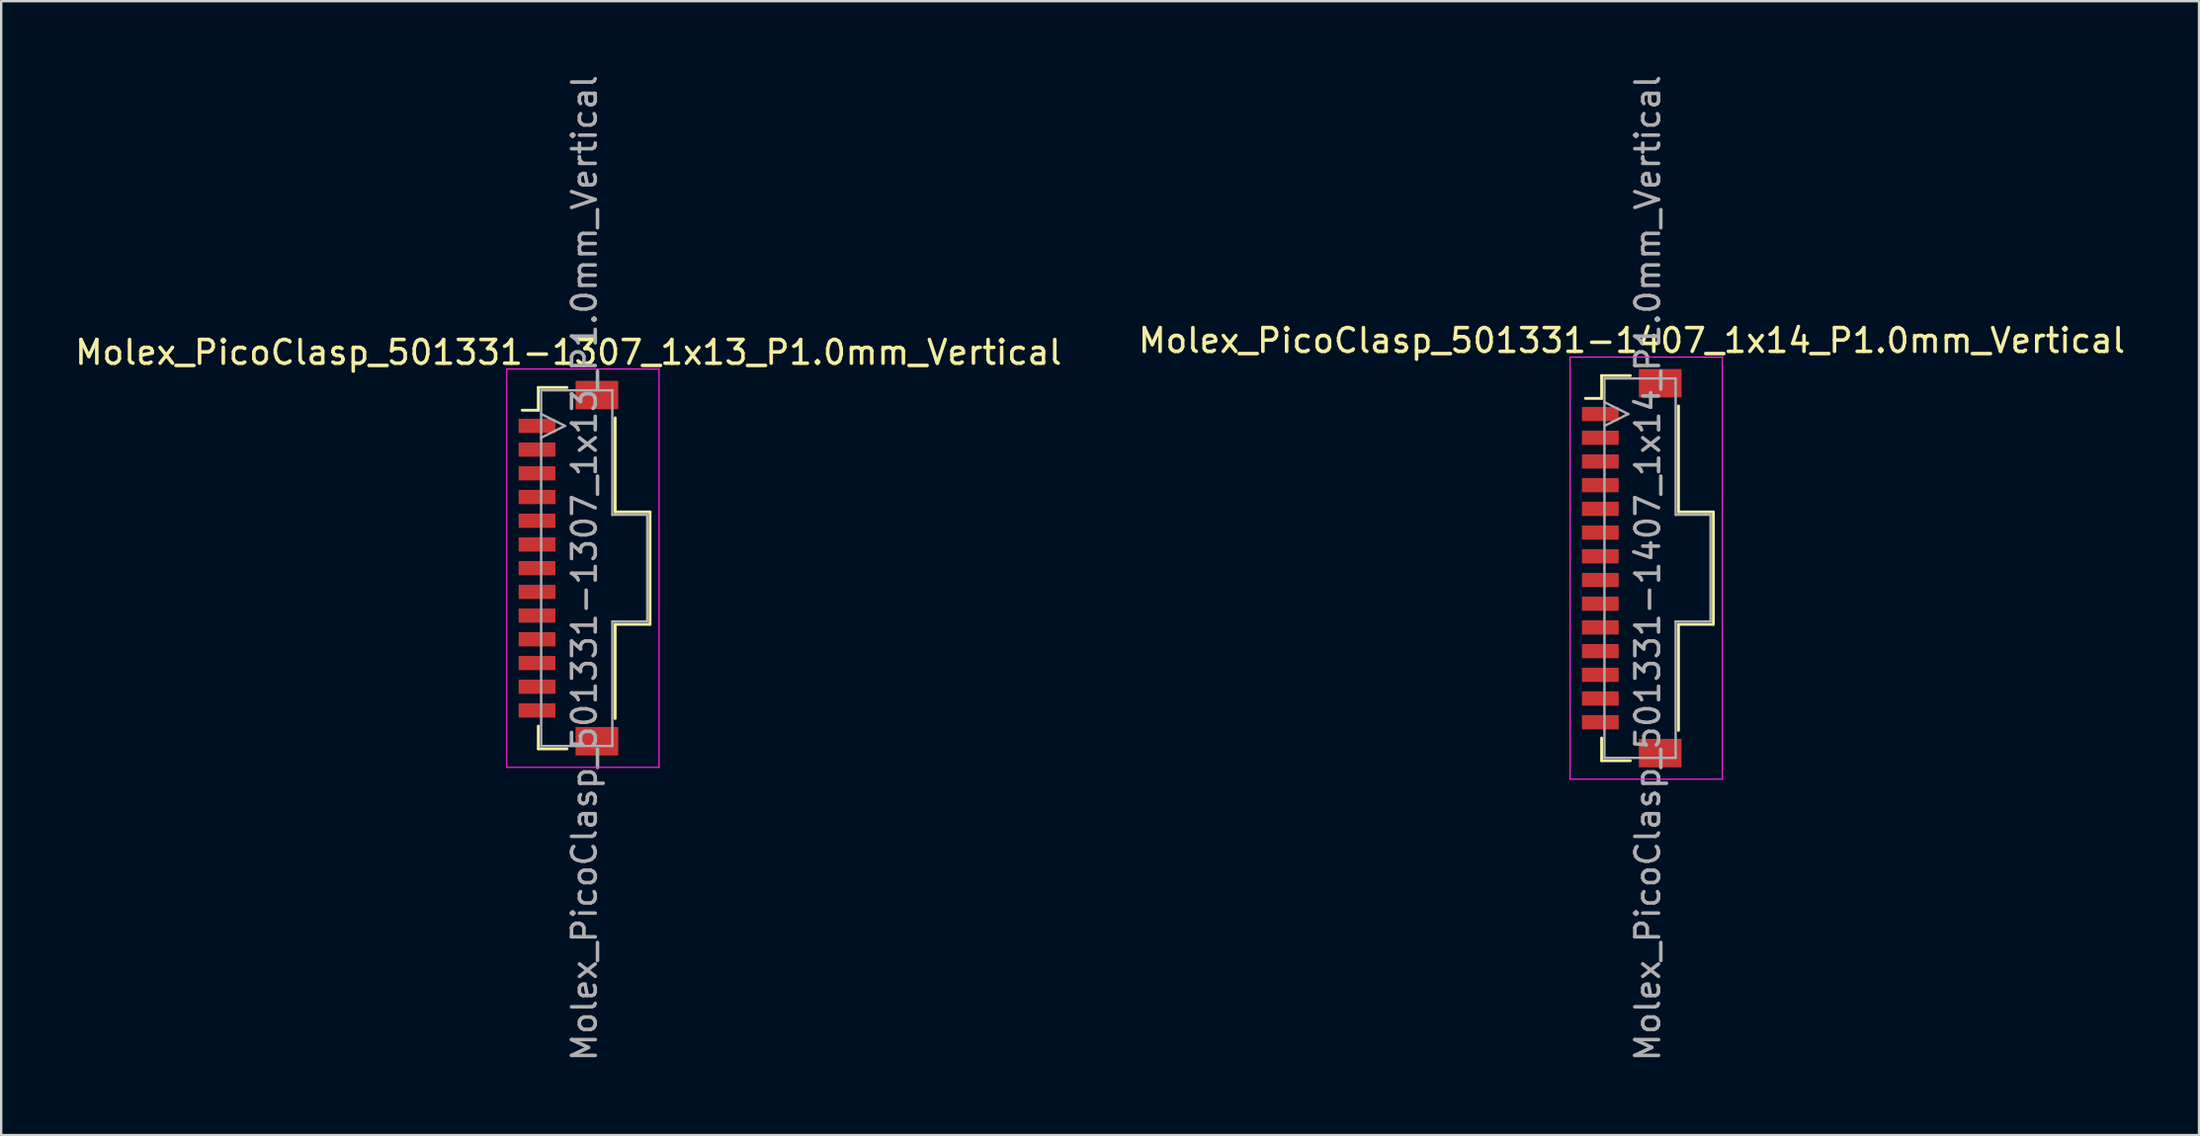
<source format=kicad_pcb>
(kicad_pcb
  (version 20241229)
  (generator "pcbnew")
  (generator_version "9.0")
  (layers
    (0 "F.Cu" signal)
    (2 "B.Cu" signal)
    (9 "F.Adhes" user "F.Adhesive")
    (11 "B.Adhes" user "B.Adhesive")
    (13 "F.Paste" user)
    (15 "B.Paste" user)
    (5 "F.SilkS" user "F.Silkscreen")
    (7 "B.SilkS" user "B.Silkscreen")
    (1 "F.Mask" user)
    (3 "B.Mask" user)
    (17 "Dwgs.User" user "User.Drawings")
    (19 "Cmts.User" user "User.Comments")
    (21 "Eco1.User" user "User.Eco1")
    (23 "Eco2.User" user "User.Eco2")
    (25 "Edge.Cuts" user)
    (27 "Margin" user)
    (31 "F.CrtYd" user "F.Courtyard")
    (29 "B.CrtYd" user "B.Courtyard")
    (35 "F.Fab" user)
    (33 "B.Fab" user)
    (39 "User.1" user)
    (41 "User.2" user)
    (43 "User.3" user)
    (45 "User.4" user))
  (footprint "Molex_PicoClasp_501331-1407_1x14_P1.0mm_Vertical"
    (layer "F.Cu")
    (at 65.732 20.911)
    (property "Reference" "Molex_PicoClasp_501331-1407_1x14_P1.0mm_Vertical" (at 0 -9.6 0) (layer "F.SilkS") (effects (font (size 1 1) (thickness 0.15))))
    (attr smd)
    (fp_line (start -1.95 -7.16) (end -1.27 -7.16) (stroke (width 0.12) (type solid)) (layer "F.SilkS"))
    (fp_line (start -1.27 -8.12) (end -0.06 -8.12) (stroke (width 0.12) (type solid)) (layer "F.SilkS"))
    (fp_line (start -1.27 -7.16) (end -1.27 -8.12) (stroke (width 0.12) (type solid)) (layer "F.SilkS"))
    (fp_line (start -1.27 7.16) (end -1.27 8.12) (stroke (width 0.12) (type solid)) (layer "F.SilkS"))
    (fp_line (start -1.27 8.12) (end -0.06 8.12) (stroke (width 0.12) (type solid)) (layer "F.SilkS"))
    (fp_line (start 1.97 -6.84) (end 1.97 -2.37) (stroke (width 0.12) (type solid)) (layer "F.SilkS"))
    (fp_line (start 1.97 -2.37) (end 3.44 -2.37) (stroke (width 0.12) (type solid)) (layer "F.SilkS"))
    (fp_line (start 1.97 2.37) (end 1.97 6.84) (stroke (width 0.12) (type solid)) (layer "F.SilkS"))
    (fp_line (start 3.44 -2.37) (end 3.44 2.37) (stroke (width 0.12) (type solid)) (layer "F.SilkS"))
    (fp_line (start 3.44 2.37) (end 1.97 2.37) (stroke (width 0.12) (type solid)) (layer "F.SilkS"))
    (fp_line (start -2.6 -8.9) (end -2.6 8.9) (stroke (width 0.05) (type solid)) (layer "F.CrtYd"))
    (fp_line (start -2.6 8.9) (end 3.82 8.9) (stroke (width 0.05) (type solid)) (layer "F.CrtYd"))
    (fp_line (start 3.82 -8.9) (end -2.6 -8.9) (stroke (width 0.05) (type solid)) (layer "F.CrtYd"))
    (fp_line (start 3.82 8.9) (end 3.82 -8.9) (stroke (width 0.05) (type solid)) (layer "F.CrtYd"))
    (fp_line (start -1.15 -8) (end 1.85 -8) (stroke (width 0.1) (type solid)) (layer "F.Fab"))
    (fp_line (start -1.15 -6) (end -0.15 -6.5) (stroke (width 0.1) (type solid)) (layer "F.Fab"))
    (fp_line (start -1.15 8) (end -1.15 -8) (stroke (width 0.1) (type solid)) (layer "F.Fab"))
    (fp_line (start -0.15 -6.5) (end -1.15 -7) (stroke (width 0.1) (type solid)) (layer "F.Fab"))
    (fp_line (start 1.85 -8) (end 1.85 -2.25) (stroke (width 0.1) (type solid)) (layer "F.Fab"))
    (fp_line (start 1.85 -2.25) (end 3.32 -2.25) (stroke (width 0.1) (type solid)) (layer "F.Fab"))
    (fp_line (start 1.85 2.25) (end 1.85 8) (stroke (width 0.1) (type solid)) (layer "F.Fab"))
    (fp_line (start 1.85 8) (end -1.15 8) (stroke (width 0.1) (type solid)) (layer "F.Fab"))
    (fp_line (start 3.32 -2.25) (end 3.32 2.25) (stroke (width 0.1) (type solid)) (layer "F.Fab"))
    (fp_line (start 3.32 2.25) (end 1.85 2.25) (stroke (width 0.1) (type solid)) (layer "F.Fab"))
    (fp_text user "${REFERENCE}" (at 0.675 0 90) (layer "F.Fab") (effects (font (size 1 1) (thickness 0.15))))
    (pad "" smd rect (at 1.2 -7.8) (size 1.8 1.2) (layers "F.Cu" "F.Mask" "F.Paste"))
    (pad "" smd rect (at 1.2 7.8) (size 1.8 1.2) (layers "F.Cu" "F.Mask" "F.Paste"))
    (pad "1" smd rect (at -1.325 -6.5) (size 1.55 0.6) (layers "F.Cu" "F.Mask" "F.Paste"))
    (pad "2" smd rect (at -1.325 -5.5) (size 1.55 0.6) (layers "F.Cu" "F.Mask" "F.Paste"))
    (pad "3" smd rect (at -1.325 -4.5) (size 1.55 0.6) (layers "F.Cu" "F.Mask" "F.Paste"))
    (pad "4" smd rect (at -1.325 -3.5) (size 1.55 0.6) (layers "F.Cu" "F.Mask" "F.Paste"))
    (pad "5" smd rect (at -1.325 -2.5) (size 1.55 0.6) (layers "F.Cu" "F.Mask" "F.Paste"))
    (pad "6" smd rect (at -1.325 -1.5) (size 1.55 0.6) (layers "F.Cu" "F.Mask" "F.Paste"))
    (pad "7" smd rect (at -1.325 -0.5) (size 1.55 0.6) (layers "F.Cu" "F.Mask" "F.Paste"))
    (pad "8" smd rect (at -1.325 0.5) (size 1.55 0.6) (layers "F.Cu" "F.Mask" "F.Paste"))
    (pad "9" smd rect (at -1.325 1.5) (size 1.55 0.6) (layers "F.Cu" "F.Mask" "F.Paste"))
    (pad "10" smd rect (at -1.325 2.5) (size 1.55 0.6) (layers "F.Cu" "F.Mask" "F.Paste"))
    (pad "11" smd rect (at -1.325 3.5) (size 1.55 0.6) (layers "F.Cu" "F.Mask" "F.Paste"))
    (pad "12" smd rect (at -1.325 4.5) (size 1.55 0.6) (layers "F.Cu" "F.Mask" "F.Paste"))
    (pad "13" smd rect (at -1.325 5.5) (size 1.55 0.6) (layers "F.Cu" "F.Mask" "F.Paste"))
    (pad "14" smd rect (at -1.325 6.5) (size 1.55 0.6) (layers "F.Cu" "F.Mask" "F.Paste")))
  (footprint "Molex_PicoClasp_501331-1307_1x13_P1.0mm_Vertical"
    (layer "F.Cu")
    (at 20.911 20.911)
    (property "Reference" "Molex_PicoClasp_501331-1307_1x13_P1.0mm_Vertical" (at 0 -9.1 0) (layer "F.SilkS") (effects (font (size 1 1) (thickness 0.15))))
    (attr smd)
    (fp_line (start -1.95 -6.66) (end -1.27 -6.66) (stroke (width 0.12) (type solid)) (layer "F.SilkS"))
    (fp_line (start -1.27 -7.62) (end -0.06 -7.62) (stroke (width 0.12) (type solid)) (layer "F.SilkS"))
    (fp_line (start -1.27 -6.66) (end -1.27 -7.62) (stroke (width 0.12) (type solid)) (layer "F.SilkS"))
    (fp_line (start -1.27 6.66) (end -1.27 7.62) (stroke (width 0.12) (type solid)) (layer "F.SilkS"))
    (fp_line (start -1.27 7.62) (end -0.06 7.62) (stroke (width 0.12) (type solid)) (layer "F.SilkS"))
    (fp_line (start 1.97 -6.34) (end 1.97 -2.37) (stroke (width 0.12) (type solid)) (layer "F.SilkS"))
    (fp_line (start 1.97 -2.37) (end 3.44 -2.37) (stroke (width 0.12) (type solid)) (layer "F.SilkS"))
    (fp_line (start 1.97 2.37) (end 1.97 6.34) (stroke (width 0.12) (type solid)) (layer "F.SilkS"))
    (fp_line (start 3.44 -2.37) (end 3.44 2.37) (stroke (width 0.12) (type solid)) (layer "F.SilkS"))
    (fp_line (start 3.44 2.37) (end 1.97 2.37) (stroke (width 0.12) (type solid)) (layer "F.SilkS"))
    (fp_line (start -2.6 -8.4) (end -2.6 8.4) (stroke (width 0.05) (type solid)) (layer "F.CrtYd"))
    (fp_line (start -2.6 8.4) (end 3.82 8.4) (stroke (width 0.05) (type solid)) (layer "F.CrtYd"))
    (fp_line (start 3.82 -8.4) (end -2.6 -8.4) (stroke (width 0.05) (type solid)) (layer "F.CrtYd"))
    (fp_line (start 3.82 8.4) (end 3.82 -8.4) (stroke (width 0.05) (type solid)) (layer "F.CrtYd"))
    (fp_line (start -1.15 -7.5) (end 1.85 -7.5) (stroke (width 0.1) (type solid)) (layer "F.Fab"))
    (fp_line (start -1.15 -5.5) (end -0.15 -6) (stroke (width 0.1) (type solid)) (layer "F.Fab"))
    (fp_line (start -1.15 7.5) (end -1.15 -7.5) (stroke (width 0.1) (type solid)) (layer "F.Fab"))
    (fp_line (start -0.15 -6) (end -1.15 -6.5) (stroke (width 0.1) (type solid)) (layer "F.Fab"))
    (fp_line (start 1.85 -7.5) (end 1.85 -2.25) (stroke (width 0.1) (type solid)) (layer "F.Fab"))
    (fp_line (start 1.85 -2.25) (end 3.32 -2.25) (stroke (width 0.1) (type solid)) (layer "F.Fab"))
    (fp_line (start 1.85 2.25) (end 1.85 7.5) (stroke (width 0.1) (type solid)) (layer "F.Fab"))
    (fp_line (start 1.85 7.5) (end -1.15 7.5) (stroke (width 0.1) (type solid)) (layer "F.Fab"))
    (fp_line (start 3.32 -2.25) (end 3.32 2.25) (stroke (width 0.1) (type solid)) (layer "F.Fab"))
    (fp_line (start 3.32 2.25) (end 1.85 2.25) (stroke (width 0.1) (type solid)) (layer "F.Fab"))
    (fp_text user "${REFERENCE}" (at 0.675 0 90) (layer "F.Fab") (effects (font (size 1 1) (thickness 0.15))))
    (pad "" smd rect (at 1.2 -7.3) (size 1.8 1.2) (layers "F.Cu" "F.Mask" "F.Paste"))
    (pad "" smd rect (at 1.2 7.3) (size 1.8 1.2) (layers "F.Cu" "F.Mask" "F.Paste"))
    (pad "1" smd rect (at -1.325 -6) (size 1.55 0.6) (layers "F.Cu" "F.Mask" "F.Paste"))
    (pad "2" smd rect (at -1.325 -5) (size 1.55 0.6) (layers "F.Cu" "F.Mask" "F.Paste"))
    (pad "3" smd rect (at -1.325 -4) (size 1.55 0.6) (layers "F.Cu" "F.Mask" "F.Paste"))
    (pad "4" smd rect (at -1.325 -3) (size 1.55 0.6) (layers "F.Cu" "F.Mask" "F.Paste"))
    (pad "5" smd rect (at -1.325 -2) (size 1.55 0.6) (layers "F.Cu" "F.Mask" "F.Paste"))
    (pad "6" smd rect (at -1.325 -1) (size 1.55 0.6) (layers "F.Cu" "F.Mask" "F.Paste"))
    (pad "7" smd rect (at -1.325 0) (size 1.55 0.6) (layers "F.Cu" "F.Mask" "F.Paste"))
    (pad "8" smd rect (at -1.325 1) (size 1.55 0.6) (layers "F.Cu" "F.Mask" "F.Paste"))
    (pad "9" smd rect (at -1.325 2) (size 1.55 0.6) (layers "F.Cu" "F.Mask" "F.Paste"))
    (pad "10" smd rect (at -1.325 3) (size 1.55 0.6) (layers "F.Cu" "F.Mask" "F.Paste"))
    (pad "11" smd rect (at -1.325 4) (size 1.55 0.6) (layers "F.Cu" "F.Mask" "F.Paste"))
    (pad "12" smd rect (at -1.325 5) (size 1.55 0.6) (layers "F.Cu" "F.Mask" "F.Paste"))
    (pad "13" smd rect (at -1.325 6) (size 1.55 0.6) (layers "F.Cu" "F.Mask" "F.Paste")))
  (gr_rect
    (start -3 -3)
    (end 89.643 44.821)
    (stroke (width 0.1) (type default))
    (fill no)
    (layer "Edge.Cuts")))
</source>
